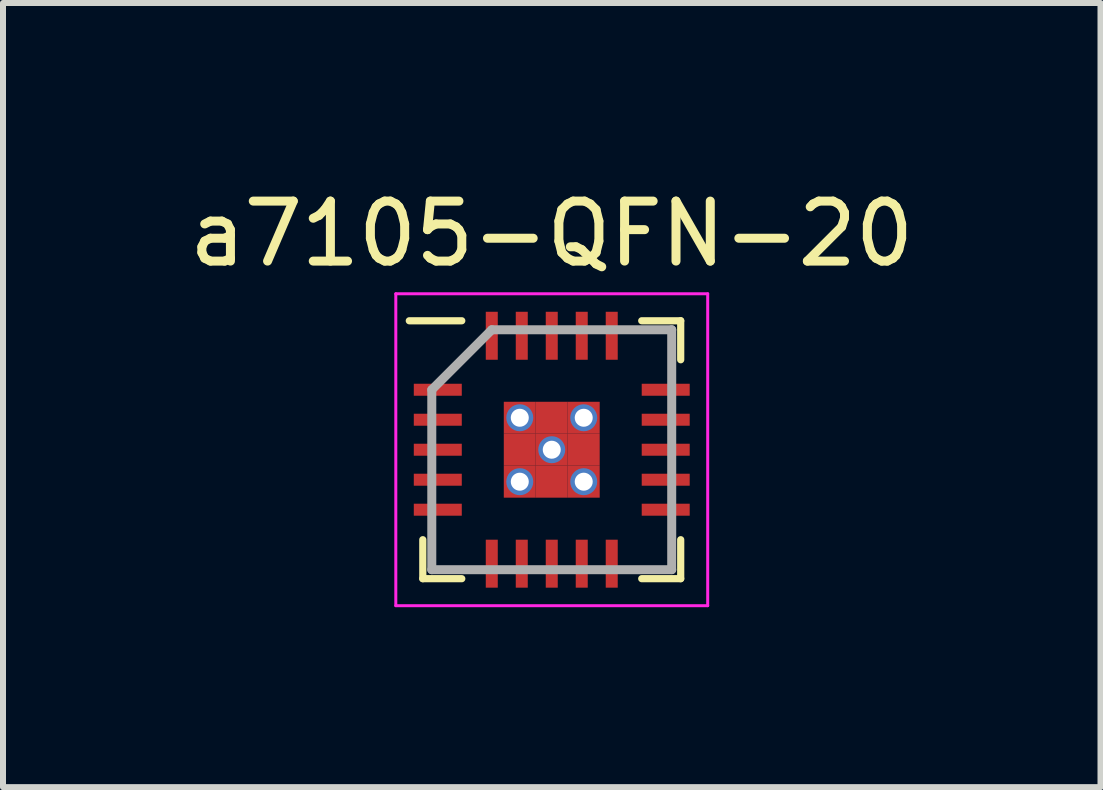
<source format=kicad_pcb>
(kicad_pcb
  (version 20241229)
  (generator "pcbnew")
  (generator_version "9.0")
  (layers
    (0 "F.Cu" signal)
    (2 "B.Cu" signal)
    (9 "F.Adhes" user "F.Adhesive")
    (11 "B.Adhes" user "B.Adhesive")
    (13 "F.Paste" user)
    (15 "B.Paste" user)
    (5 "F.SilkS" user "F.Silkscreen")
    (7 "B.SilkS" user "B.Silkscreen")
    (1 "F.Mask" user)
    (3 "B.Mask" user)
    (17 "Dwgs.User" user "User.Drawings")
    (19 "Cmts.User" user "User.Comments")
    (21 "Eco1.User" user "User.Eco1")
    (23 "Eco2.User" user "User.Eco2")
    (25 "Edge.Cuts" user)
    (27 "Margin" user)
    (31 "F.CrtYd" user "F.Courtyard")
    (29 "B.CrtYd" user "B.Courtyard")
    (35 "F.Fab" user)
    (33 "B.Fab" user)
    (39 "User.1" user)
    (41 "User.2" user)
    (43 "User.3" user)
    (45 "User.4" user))
  (footprint "a7105-QFN-20"
    (layer "F.Cu")
    (at 6.149 4.448)
    (property "Reference" "a7105-QFN-20" (at 0 -3.6 0) (layer "F.SilkS") (effects (font (size 1 1) (thickness 0.15))))
    (attr smd)
    (fp_line (start -2.15 2.15) (end -2.15 1.5) (stroke (width 0.12) (type solid)) (layer "F.SilkS"))
    (fp_line (start -1.5 -2.15) (end -2.375 -2.15) (stroke (width 0.12) (type solid)) (layer "F.SilkS"))
    (fp_line (start -1.5 2.15) (end -2.15 2.15) (stroke (width 0.12) (type solid)) (layer "F.SilkS"))
    (fp_line (start 1.5 -2.15) (end 2.15 -2.15) (stroke (width 0.12) (type solid)) (layer "F.SilkS"))
    (fp_line (start 1.5 2.15) (end 2.15 2.15) (stroke (width 0.12) (type solid)) (layer "F.SilkS"))
    (fp_line (start 2.15 -2.15) (end 2.15 -1.5) (stroke (width 0.12) (type solid)) (layer "F.SilkS"))
    (fp_line (start 2.15 2.15) (end 2.15 1.5) (stroke (width 0.12) (type solid)) (layer "F.SilkS"))
    (fp_rect (start -0.8 -0.8) (end 0.8 0.8) (stroke (width 0) (type default)) (fill yes) (layer "F.Paste"))
    (fp_line (start -2.6 -2.6) (end 2.6 -2.6) (stroke (width 0.05) (type solid)) (layer "F.CrtYd"))
    (fp_line (start -2.6 2.6) (end -2.6 -2.6) (stroke (width 0.05) (type solid)) (layer "F.CrtYd"))
    (fp_line (start 2.6 -2.6) (end 2.6 2.6) (stroke (width 0.05) (type solid)) (layer "F.CrtYd"))
    (fp_line (start 2.6 2.6) (end -2.6 2.6) (stroke (width 0.05) (type solid)) (layer "F.CrtYd"))
    (fp_line (start -2 -1) (end -2 2) (stroke (width 0.15) (type solid)) (layer "F.Fab"))
    (fp_line (start -2 2) (end 2 2) (stroke (width 0.15) (type solid)) (layer "F.Fab"))
    (fp_line (start -1 -2) (end -2 -1) (stroke (width 0.15) (type solid)) (layer "F.Fab"))
    (fp_line (start 2 -2) (end -1 -2) (stroke (width 0.15) (type solid)) (layer "F.Fab"))
    (fp_line (start 2 2) (end 2 -2) (stroke (width 0.15) (type solid)) (layer "F.Fab"))
    (pad "1" smd rect (at -1.9 -1 90) (size 0.2 0.8) (layers "F.Cu" "F.Mask" "F.Paste"))
    (pad "2" smd rect (at -1.9 -0.5 90) (size 0.2 0.8) (layers "F.Cu" "F.Mask" "F.Paste"))
    (pad "3" smd rect (at -1.9 0 90) (size 0.2 0.8) (layers "F.Cu" "F.Mask" "F.Paste"))
    (pad "4" smd rect (at -1.9 0.5 90) (size 0.2 0.8) (layers "F.Cu" "F.Mask" "F.Paste"))
    (pad "5" smd rect (at -1.9 1 90) (size 0.2 0.8) (layers "F.Cu" "F.Mask" "F.Paste"))
    (pad "6" smd rect (at -1 1.9) (size 0.2 0.8) (layers "F.Cu" "F.Mask" "F.Paste"))
    (pad "7" smd rect (at -0.5 1.9) (size 0.2 0.8) (layers "F.Cu" "F.Mask" "F.Paste"))
    (pad "8" smd rect (at 0 1.9) (size 0.2 0.8) (layers "F.Cu" "F.Mask" "F.Paste"))
    (pad "9" smd rect (at 0.5 1.9) (size 0.2 0.8) (layers "F.Cu" "F.Mask" "F.Paste"))
    (pad "10" smd rect (at 1 1.9) (size 0.2 0.8) (layers "F.Cu" "F.Mask" "F.Paste"))
    (pad "11" smd rect (at 1.9 1 90) (size 0.2 0.8) (layers "F.Cu" "F.Mask" "F.Paste"))
    (pad "12" smd rect (at 1.9 0.5 90) (size 0.2 0.8) (layers "F.Cu" "F.Mask" "F.Paste"))
    (pad "13" smd rect (at 1.9 0 90) (size 0.2 0.8) (layers "F.Cu" "F.Mask" "F.Paste"))
    (pad "14" smd rect (at 1.9 -0.5 90) (size 0.2 0.8) (layers "F.Cu" "F.Mask" "F.Paste"))
    (pad "15" smd rect (at 1.9 -1 90) (size 0.2 0.8) (layers "F.Cu" "F.Mask" "F.Paste"))
    (pad "16" smd rect (at 1 -1.9) (size 0.2 0.8) (layers "F.Cu" "F.Mask" "F.Paste"))
    (pad "17" smd rect (at 0.5 -1.9) (size 0.2 0.8) (layers "F.Cu" "F.Mask" "F.Paste"))
    (pad "18" smd rect (at 0 -1.9) (size 0.2 0.8) (layers "F.Cu" "F.Mask" "F.Paste"))
    (pad "19" smd rect (at -0.5 -1.9) (size 0.2 0.8) (layers "F.Cu" "F.Mask" "F.Paste"))
    (pad "20" smd rect (at -1 -1.9) (size 0.2 0.8) (layers "F.Cu" "F.Mask" "F.Paste"))
    (pad "21" thru_hole circle (at -0.533 -0.533) (size 0.45 0.45) (drill 0.3) (layers "*.Cu" "*.Mask"))
    (pad "21" smd rect (at -0.533 -0.533) (size 0.533 0.533) (layers "F.Cu" "F.Mask" "F.Paste"))
    (pad "21" smd rect (at -0.533 0) (size 0.533 0.533) (layers "F.Cu" "F.Mask" "F.Paste"))
    (pad "21" thru_hole circle (at -0.533 0.533) (size 0.45 0.45) (drill 0.3) (layers "*.Cu" "*.Mask"))
    (pad "21" smd rect (at -0.533 0.533) (size 0.533 0.533) (layers "F.Cu" "F.Mask" "F.Paste"))
    (pad "21" smd rect (at 0 -0.533) (size 0.533 0.533) (layers "F.Cu" "F.Mask" "F.Paste"))
    (pad "21" thru_hole circle (at 0 0) (size 0.45 0.45) (drill 0.3) (layers "*.Cu" "*.Mask"))
    (pad "21" smd rect (at 0 0) (size 0.533 0.533) (layers "F.Cu" "F.Mask" "F.Paste"))
    (pad "21" smd rect (at 0 0.533) (size 0.533 0.533) (layers "F.Cu" "F.Mask" "F.Paste"))
    (pad "21" thru_hole circle (at 0.533 -0.533) (size 0.45 0.45) (drill 0.3) (layers "*.Cu" "*.Mask"))
    (pad "21" smd rect (at 0.533 -0.533) (size 0.533 0.533) (layers "F.Cu" "F.Mask" "F.Paste"))
    (pad "21" smd rect (at 0.533 0) (size 0.533 0.533) (layers "F.Cu" "F.Mask" "F.Paste"))
    (pad "21" thru_hole circle (at 0.533 0.533) (size 0.45 0.45) (drill 0.3) (layers "*.Cu" "*.Mask"))
    (pad "21" smd rect (at 0.533 0.533) (size 0.533 0.533) (layers "F.Cu" "F.Mask" "F.Paste")))
  (gr_rect
    (start -3 -3)
    (end 15.298 10.073)
    (stroke (width 0.1) (type default))
    (fill no)
    (layer "Edge.Cuts")))
</source>
